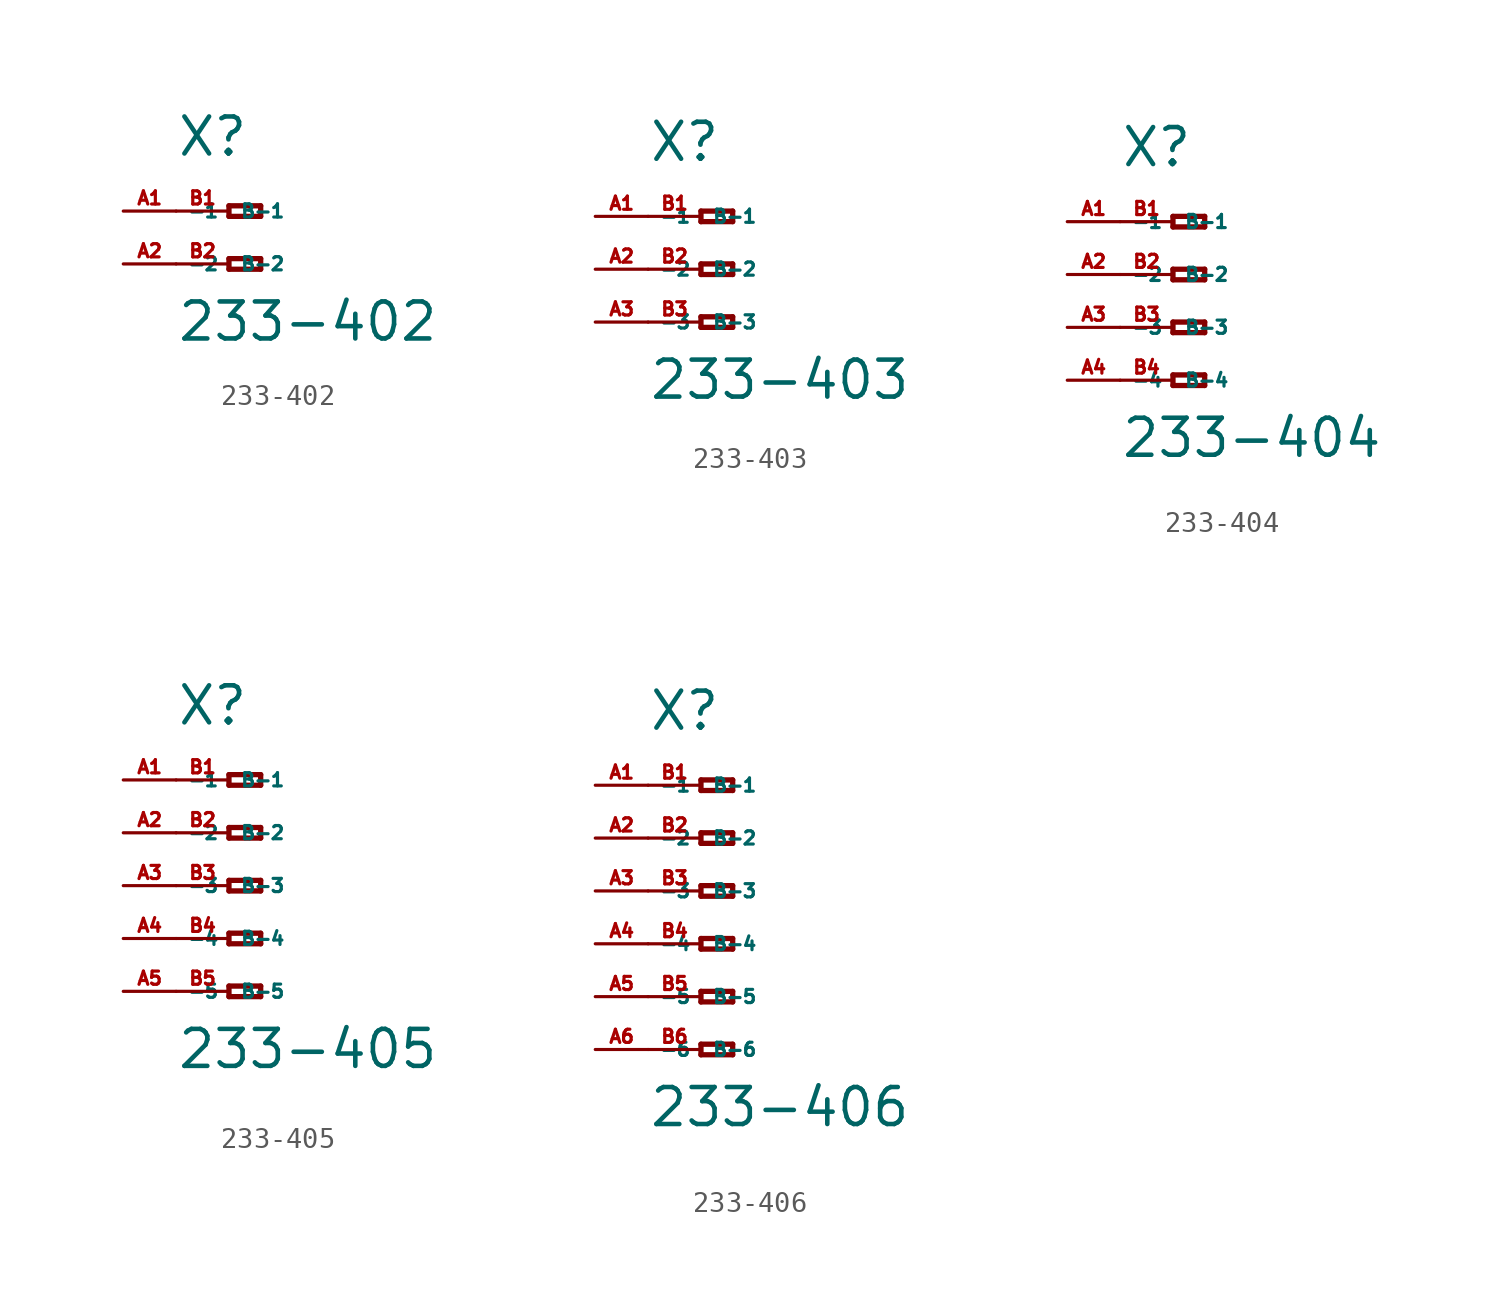
<source format=kicad_sym>
(kicad_symbol_lib
  (version 20220914)
  (generator Eagle2Kicad)
  (symbol "233-402"
    (property "Reference" "X"
      (at -5.08 2.54 0)
      (effects (font (size 1.778 1.778) (thickness 0.22)) (justify left bottom)))
    (property "Value" "233-402"
      (at -5.08 -6.35 0)
      (effects (font (size 1.778 1.778) (thickness 0.22)) (justify left bottom)))
    (polyline
      (pts (xy -2.54 0.254) (xy -2.54 -0.254))
      (stroke (width 0.254) (type default))
      (fill (type none)))
    (polyline
      (pts (xy -2.54 -0.254) (xy -1.016 -0.254))
      (stroke (width 0.254) (type default))
      (fill (type none)))
    (polyline
      (pts (xy -1.016 -0.254) (xy -1.016 0.254))
      (stroke (width 0.254) (type default))
      (fill (type none)))
    (polyline
      (pts (xy -1.016 0.254) (xy -2.54 0.254))
      (stroke (width 0.254) (type default))
      (fill (type none)))
    (polyline
      (pts (xy -2.54 -2.286) (xy -2.54 -2.794))
      (stroke (width 0.254) (type default))
      (fill (type none)))
    (polyline
      (pts (xy -2.54 -2.794) (xy -1.016 -2.794))
      (stroke (width 0.254) (type default))
      (fill (type none)))
    (polyline
      (pts (xy -1.016 -2.794) (xy -1.016 -2.286))
      (stroke (width 0.254) (type default))
      (fill (type none)))
    (polyline
      (pts (xy -1.016 -2.286) (xy -2.54 -2.286))
      (stroke (width 0.254) (type default))
      (fill (type none)))
    (pin passive line
      (at -7.62 0 0)
      (length 2.54)
      (name "-1" (effects (font (size 0.635 0.635) (thickness 0.08)) (justify left bottom)))
      (number "A1" (effects (font (size 0.635 0.635) (thickness 0.08)) (justify left bottom))))
    (pin passive line
      (at -7.62 -2.54 0)
      (length 2.54)
      (name "-2" (effects (font (size 0.635 0.635) (thickness 0.08)) (justify left bottom)))
      (number "A2" (effects (font (size 0.635 0.635) (thickness 0.08)) (justify left bottom))))
    (pin passive line
      (at -5.08 -2.54 0)
      (length 2.54)
      (name "B-2" (effects (font (size 0.635 0.635) (thickness 0.08)) (justify left bottom)))
      (number "B2" (effects (font (size 0.635 0.635) (thickness 0.08)) (justify left bottom))))
    (pin passive line
      (at -5.08 0 0)
      (length 2.54)
      (name "B-1" (effects (font (size 0.635 0.635) (thickness 0.08)) (justify left bottom)))
      (number "B1" (effects (font (size 0.635 0.635) (thickness 0.08)) (justify left bottom)))))
  (symbol "233-403"
    (property "Reference" "X"
      (at -5.08 5.08 0)
      (effects (font (size 1.778 1.778) (thickness 0.22)) (justify left bottom)))
    (property "Value" "233-403"
      (at -5.08 -6.35 0)
      (effects (font (size 1.778 1.778) (thickness 0.22)) (justify left bottom)))
    (polyline
      (pts (xy -2.54 2.794) (xy -2.54 2.286))
      (stroke (width 0.254) (type default))
      (fill (type none)))
    (polyline
      (pts (xy -2.54 2.286) (xy -1.016 2.286))
      (stroke (width 0.254) (type default))
      (fill (type none)))
    (polyline
      (pts (xy -1.016 2.286) (xy -1.016 2.794))
      (stroke (width 0.254) (type default))
      (fill (type none)))
    (polyline
      (pts (xy -1.016 2.794) (xy -2.54 2.794))
      (stroke (width 0.254) (type default))
      (fill (type none)))
    (polyline
      (pts (xy -2.54 0.254) (xy -2.54 -0.254))
      (stroke (width 0.254) (type default))
      (fill (type none)))
    (polyline
      (pts (xy -2.54 -0.254) (xy -1.016 -0.254))
      (stroke (width 0.254) (type default))
      (fill (type none)))
    (polyline
      (pts (xy -1.016 -0.254) (xy -1.016 0.254))
      (stroke (width 0.254) (type default))
      (fill (type none)))
    (polyline
      (pts (xy -1.016 0.254) (xy -2.54 0.254))
      (stroke (width 0.254) (type default))
      (fill (type none)))
    (polyline
      (pts (xy -2.54 -2.286) (xy -2.54 -2.794))
      (stroke (width 0.254) (type default))
      (fill (type none)))
    (polyline
      (pts (xy -2.54 -2.794) (xy -1.016 -2.794))
      (stroke (width 0.254) (type default))
      (fill (type none)))
    (polyline
      (pts (xy -1.016 -2.794) (xy -1.016 -2.286))
      (stroke (width 0.254) (type default))
      (fill (type none)))
    (polyline
      (pts (xy -1.016 -2.286) (xy -2.54 -2.286))
      (stroke (width 0.254) (type default))
      (fill (type none)))
    (pin passive line
      (at -7.62 2.54 0)
      (length 2.54)
      (name "-1" (effects (font (size 0.635 0.635) (thickness 0.08)) (justify left bottom)))
      (number "A1" (effects (font (size 0.635 0.635) (thickness 0.08)) (justify left bottom))))
    (pin passive line
      (at -7.62 0 0)
      (length 2.54)
      (name "-2" (effects (font (size 0.635 0.635) (thickness 0.08)) (justify left bottom)))
      (number "A2" (effects (font (size 0.635 0.635) (thickness 0.08)) (justify left bottom))))
    (pin passive line
      (at -7.62 -2.54 0)
      (length 2.54)
      (name "-3" (effects (font (size 0.635 0.635) (thickness 0.08)) (justify left bottom)))
      (number "A3" (effects (font (size 0.635 0.635) (thickness 0.08)) (justify left bottom))))
    (pin passive line
      (at -5.08 -2.54 0)
      (length 2.54)
      (name "B-3" (effects (font (size 0.635 0.635) (thickness 0.08)) (justify left bottom)))
      (number "B3" (effects (font (size 0.635 0.635) (thickness 0.08)) (justify left bottom))))
    (pin passive line
      (at -5.08 2.54 0)
      (length 2.54)
      (name "B-1" (effects (font (size 0.635 0.635) (thickness 0.08)) (justify left bottom)))
      (number "B1" (effects (font (size 0.635 0.635) (thickness 0.08)) (justify left bottom))))
    (pin passive line
      (at -5.08 0 0)
      (length 2.54)
      (name "B-2" (effects (font (size 0.635 0.635) (thickness 0.08)) (justify left bottom)))
      (number "B2" (effects (font (size 0.635 0.635) (thickness 0.08)) (justify left bottom)))))
  (symbol "233-404"
    (property "Reference" "X"
      (at -5.08 5.08 0)
      (effects (font (size 1.778 1.778) (thickness 0.22)) (justify left bottom)))
    (property "Value" "233-404"
      (at -5.08 -8.89 0)
      (effects (font (size 1.778 1.778) (thickness 0.22)) (justify left bottom)))
    (polyline
      (pts (xy -2.54 2.794) (xy -2.54 2.286))
      (stroke (width 0.254) (type default))
      (fill (type none)))
    (polyline
      (pts (xy -2.54 2.286) (xy -1.016 2.286))
      (stroke (width 0.254) (type default))
      (fill (type none)))
    (polyline
      (pts (xy -1.016 2.286) (xy -1.016 2.794))
      (stroke (width 0.254) (type default))
      (fill (type none)))
    (polyline
      (pts (xy -1.016 2.794) (xy -2.54 2.794))
      (stroke (width 0.254) (type default))
      (fill (type none)))
    (polyline
      (pts (xy -2.54 0.254) (xy -2.54 -0.254))
      (stroke (width 0.254) (type default))
      (fill (type none)))
    (polyline
      (pts (xy -2.54 -0.254) (xy -1.016 -0.254))
      (stroke (width 0.254) (type default))
      (fill (type none)))
    (polyline
      (pts (xy -1.016 -0.254) (xy -1.016 0.254))
      (stroke (width 0.254) (type default))
      (fill (type none)))
    (polyline
      (pts (xy -1.016 0.254) (xy -2.54 0.254))
      (stroke (width 0.254) (type default))
      (fill (type none)))
    (polyline
      (pts (xy -2.54 -2.286) (xy -2.54 -2.794))
      (stroke (width 0.254) (type default))
      (fill (type none)))
    (polyline
      (pts (xy -2.54 -2.794) (xy -1.016 -2.794))
      (stroke (width 0.254) (type default))
      (fill (type none)))
    (polyline
      (pts (xy -1.016 -2.794) (xy -1.016 -2.286))
      (stroke (width 0.254) (type default))
      (fill (type none)))
    (polyline
      (pts (xy -1.016 -2.286) (xy -2.54 -2.286))
      (stroke (width 0.254) (type default))
      (fill (type none)))
    (polyline
      (pts (xy -2.54 -4.826) (xy -2.54 -5.334))
      (stroke (width 0.254) (type default))
      (fill (type none)))
    (polyline
      (pts (xy -2.54 -5.334) (xy -1.016 -5.334))
      (stroke (width 0.254) (type default))
      (fill (type none)))
    (polyline
      (pts (xy -1.016 -5.334) (xy -1.016 -4.826))
      (stroke (width 0.254) (type default))
      (fill (type none)))
    (polyline
      (pts (xy -1.016 -4.826) (xy -2.54 -4.826))
      (stroke (width 0.254) (type default))
      (fill (type none)))
    (pin passive line
      (at -7.62 2.54 0)
      (length 2.54)
      (name "-1" (effects (font (size 0.635 0.635) (thickness 0.08)) (justify left bottom)))
      (number "A1" (effects (font (size 0.635 0.635) (thickness 0.08)) (justify left bottom))))
    (pin passive line
      (at -7.62 0 0)
      (length 2.54)
      (name "-2" (effects (font (size 0.635 0.635) (thickness 0.08)) (justify left bottom)))
      (number "A2" (effects (font (size 0.635 0.635) (thickness 0.08)) (justify left bottom))))
    (pin passive line
      (at -7.62 -2.54 0)
      (length 2.54)
      (name "-3" (effects (font (size 0.635 0.635) (thickness 0.08)) (justify left bottom)))
      (number "A3" (effects (font (size 0.635 0.635) (thickness 0.08)) (justify left bottom))))
    (pin passive line
      (at -7.62 -5.08 0)
      (length 2.54)
      (name "-4" (effects (font (size 0.635 0.635) (thickness 0.08)) (justify left bottom)))
      (number "A4" (effects (font (size 0.635 0.635) (thickness 0.08)) (justify left bottom))))
    (pin passive line
      (at -5.08 -5.08 0)
      (length 2.54)
      (name "B-4" (effects (font (size 0.635 0.635) (thickness 0.08)) (justify left bottom)))
      (number "B4" (effects (font (size 0.635 0.635) (thickness 0.08)) (justify left bottom))))
    (pin passive line
      (at -5.08 2.54 0)
      (length 2.54)
      (name "B-1" (effects (font (size 0.635 0.635) (thickness 0.08)) (justify left bottom)))
      (number "B1" (effects (font (size 0.635 0.635) (thickness 0.08)) (justify left bottom))))
    (pin passive line
      (at -5.08 0 0)
      (length 2.54)
      (name "B-2" (effects (font (size 0.635 0.635) (thickness 0.08)) (justify left bottom)))
      (number "B2" (effects (font (size 0.635 0.635) (thickness 0.08)) (justify left bottom))))
    (pin passive line
      (at -5.08 -2.54 0)
      (length 2.54)
      (name "B-3" (effects (font (size 0.635 0.635) (thickness 0.08)) (justify left bottom)))
      (number "B3" (effects (font (size 0.635 0.635) (thickness 0.08)) (justify left bottom)))))
  (symbol "233-405"
    (property "Reference" "X"
      (at -5.08 7.62 0)
      (effects (font (size 1.778 1.778) (thickness 0.22)) (justify left bottom)))
    (property "Value" "233-405"
      (at -5.08 -8.89 0)
      (effects (font (size 1.778 1.778) (thickness 0.22)) (justify left bottom)))
    (polyline
      (pts (xy -2.54 5.334) (xy -2.54 4.826))
      (stroke (width 0.254) (type default))
      (fill (type none)))
    (polyline
      (pts (xy -2.54 4.826) (xy -1.016 4.826))
      (stroke (width 0.254) (type default))
      (fill (type none)))
    (polyline
      (pts (xy -1.016 4.826) (xy -1.016 5.334))
      (stroke (width 0.254) (type default))
      (fill (type none)))
    (polyline
      (pts (xy -1.016 5.334) (xy -2.54 5.334))
      (stroke (width 0.254) (type default))
      (fill (type none)))
    (polyline
      (pts (xy -2.54 2.794) (xy -2.54 2.286))
      (stroke (width 0.254) (type default))
      (fill (type none)))
    (polyline
      (pts (xy -2.54 2.286) (xy -1.016 2.286))
      (stroke (width 0.254) (type default))
      (fill (type none)))
    (polyline
      (pts (xy -1.016 2.286) (xy -1.016 2.794))
      (stroke (width 0.254) (type default))
      (fill (type none)))
    (polyline
      (pts (xy -1.016 2.794) (xy -2.54 2.794))
      (stroke (width 0.254) (type default))
      (fill (type none)))
    (polyline
      (pts (xy -2.54 0.254) (xy -2.54 -0.254))
      (stroke (width 0.254) (type default))
      (fill (type none)))
    (polyline
      (pts (xy -2.54 -0.254) (xy -1.016 -0.254))
      (stroke (width 0.254) (type default))
      (fill (type none)))
    (polyline
      (pts (xy -1.016 -0.254) (xy -1.016 0.254))
      (stroke (width 0.254) (type default))
      (fill (type none)))
    (polyline
      (pts (xy -1.016 0.254) (xy -2.54 0.254))
      (stroke (width 0.254) (type default))
      (fill (type none)))
    (polyline
      (pts (xy -2.54 -2.286) (xy -2.54 -2.794))
      (stroke (width 0.254) (type default))
      (fill (type none)))
    (polyline
      (pts (xy -2.54 -2.794) (xy -1.016 -2.794))
      (stroke (width 0.254) (type default))
      (fill (type none)))
    (polyline
      (pts (xy -1.016 -2.794) (xy -1.016 -2.286))
      (stroke (width 0.254) (type default))
      (fill (type none)))
    (polyline
      (pts (xy -1.016 -2.286) (xy -2.54 -2.286))
      (stroke (width 0.254) (type default))
      (fill (type none)))
    (polyline
      (pts (xy -2.54 -4.826) (xy -2.54 -5.334))
      (stroke (width 0.254) (type default))
      (fill (type none)))
    (polyline
      (pts (xy -2.54 -5.334) (xy -1.016 -5.334))
      (stroke (width 0.254) (type default))
      (fill (type none)))
    (polyline
      (pts (xy -1.016 -5.334) (xy -1.016 -4.826))
      (stroke (width 0.254) (type default))
      (fill (type none)))
    (polyline
      (pts (xy -1.016 -4.826) (xy -2.54 -4.826))
      (stroke (width 0.254) (type default))
      (fill (type none)))
    (pin passive line
      (at -7.62 5.08 0)
      (length 2.54)
      (name "-1" (effects (font (size 0.635 0.635) (thickness 0.08)) (justify left bottom)))
      (number "A1" (effects (font (size 0.635 0.635) (thickness 0.08)) (justify left bottom))))
    (pin passive line
      (at -7.62 2.54 0)
      (length 2.54)
      (name "-2" (effects (font (size 0.635 0.635) (thickness 0.08)) (justify left bottom)))
      (number "A2" (effects (font (size 0.635 0.635) (thickness 0.08)) (justify left bottom))))
    (pin passive line
      (at -7.62 0 0)
      (length 2.54)
      (name "-3" (effects (font (size 0.635 0.635) (thickness 0.08)) (justify left bottom)))
      (number "A3" (effects (font (size 0.635 0.635) (thickness 0.08)) (justify left bottom))))
    (pin passive line
      (at -7.62 -2.54 0)
      (length 2.54)
      (name "-4" (effects (font (size 0.635 0.635) (thickness 0.08)) (justify left bottom)))
      (number "A4" (effects (font (size 0.635 0.635) (thickness 0.08)) (justify left bottom))))
    (pin passive line
      (at -7.62 -5.08 0)
      (length 2.54)
      (name "-5" (effects (font (size 0.635 0.635) (thickness 0.08)) (justify left bottom)))
      (number "A5" (effects (font (size 0.635 0.635) (thickness 0.08)) (justify left bottom))))
    (pin passive line
      (at -5.08 -5.08 0)
      (length 2.54)
      (name "B-5" (effects (font (size 0.635 0.635) (thickness 0.08)) (justify left bottom)))
      (number "B5" (effects (font (size 0.635 0.635) (thickness 0.08)) (justify left bottom))))
    (pin passive line
      (at -5.08 5.08 0)
      (length 2.54)
      (name "B-1" (effects (font (size 0.635 0.635) (thickness 0.08)) (justify left bottom)))
      (number "B1" (effects (font (size 0.635 0.635) (thickness 0.08)) (justify left bottom))))
    (pin passive line
      (at -5.08 2.54 0)
      (length 2.54)
      (name "B-2" (effects (font (size 0.635 0.635) (thickness 0.08)) (justify left bottom)))
      (number "B2" (effects (font (size 0.635 0.635) (thickness 0.08)) (justify left bottom))))
    (pin passive line
      (at -5.08 0 0)
      (length 2.54)
      (name "B-3" (effects (font (size 0.635 0.635) (thickness 0.08)) (justify left bottom)))
      (number "B3" (effects (font (size 0.635 0.635) (thickness 0.08)) (justify left bottom))))
    (pin passive line
      (at -5.08 -2.54 0)
      (length 2.54)
      (name "B-4" (effects (font (size 0.635 0.635) (thickness 0.08)) (justify left bottom)))
      (number "B4" (effects (font (size 0.635 0.635) (thickness 0.08)) (justify left bottom)))))
  (symbol "233-406"
    (property "Reference" "X"
      (at -5.08 7.62 0)
      (effects (font (size 1.778 1.778) (thickness 0.22)) (justify left bottom)))
    (property "Value" "233-406"
      (at -5.08 -11.43 0)
      (effects (font (size 1.778 1.778) (thickness 0.22)) (justify left bottom)))
    (polyline
      (pts (xy -2.54 5.334) (xy -2.54 4.826))
      (stroke (width 0.254) (type default))
      (fill (type none)))
    (polyline
      (pts (xy -2.54 4.826) (xy -1.016 4.826))
      (stroke (width 0.254) (type default))
      (fill (type none)))
    (polyline
      (pts (xy -1.016 4.826) (xy -1.016 5.334))
      (stroke (width 0.254) (type default))
      (fill (type none)))
    (polyline
      (pts (xy -1.016 5.334) (xy -2.54 5.334))
      (stroke (width 0.254) (type default))
      (fill (type none)))
    (polyline
      (pts (xy -2.54 2.794) (xy -2.54 2.286))
      (stroke (width 0.254) (type default))
      (fill (type none)))
    (polyline
      (pts (xy -2.54 2.286) (xy -1.016 2.286))
      (stroke (width 0.254) (type default))
      (fill (type none)))
    (polyline
      (pts (xy -1.016 2.286) (xy -1.016 2.794))
      (stroke (width 0.254) (type default))
      (fill (type none)))
    (polyline
      (pts (xy -1.016 2.794) (xy -2.54 2.794))
      (stroke (width 0.254) (type default))
      (fill (type none)))
    (polyline
      (pts (xy -2.54 0.254) (xy -2.54 -0.254))
      (stroke (width 0.254) (type default))
      (fill (type none)))
    (polyline
      (pts (xy -2.54 -0.254) (xy -1.016 -0.254))
      (stroke (width 0.254) (type default))
      (fill (type none)))
    (polyline
      (pts (xy -1.016 -0.254) (xy -1.016 0.254))
      (stroke (width 0.254) (type default))
      (fill (type none)))
    (polyline
      (pts (xy -1.016 0.254) (xy -2.54 0.254))
      (stroke (width 0.254) (type default))
      (fill (type none)))
    (polyline
      (pts (xy -2.54 -2.286) (xy -2.54 -2.794))
      (stroke (width 0.254) (type default))
      (fill (type none)))
    (polyline
      (pts (xy -2.54 -2.794) (xy -1.016 -2.794))
      (stroke (width 0.254) (type default))
      (fill (type none)))
    (polyline
      (pts (xy -1.016 -2.794) (xy -1.016 -2.286))
      (stroke (width 0.254) (type default))
      (fill (type none)))
    (polyline
      (pts (xy -1.016 -2.286) (xy -2.54 -2.286))
      (stroke (width 0.254) (type default))
      (fill (type none)))
    (polyline
      (pts (xy -2.54 -4.826) (xy -2.54 -5.334))
      (stroke (width 0.254) (type default))
      (fill (type none)))
    (polyline
      (pts (xy -2.54 -5.334) (xy -1.016 -5.334))
      (stroke (width 0.254) (type default))
      (fill (type none)))
    (polyline
      (pts (xy -1.016 -5.334) (xy -1.016 -4.826))
      (stroke (width 0.254) (type default))
      (fill (type none)))
    (polyline
      (pts (xy -1.016 -4.826) (xy -2.54 -4.826))
      (stroke (width 0.254) (type default))
      (fill (type none)))
    (polyline
      (pts (xy -2.54 -7.366) (xy -2.54 -7.874))
      (stroke (width 0.254) (type default))
      (fill (type none)))
    (polyline
      (pts (xy -2.54 -7.874) (xy -1.016 -7.874))
      (stroke (width 0.254) (type default))
      (fill (type none)))
    (polyline
      (pts (xy -1.016 -7.874) (xy -1.016 -7.366))
      (stroke (width 0.254) (type default))
      (fill (type none)))
    (polyline
      (pts (xy -1.016 -7.366) (xy -2.54 -7.366))
      (stroke (width 0.254) (type default))
      (fill (type none)))
    (pin passive line
      (at -7.62 5.08 0)
      (length 2.54)
      (name "-1" (effects (font (size 0.635 0.635) (thickness 0.08)) (justify left bottom)))
      (number "A1" (effects (font (size 0.635 0.635) (thickness 0.08)) (justify left bottom))))
    (pin passive line
      (at -7.62 2.54 0)
      (length 2.54)
      (name "-2" (effects (font (size 0.635 0.635) (thickness 0.08)) (justify left bottom)))
      (number "A2" (effects (font (size 0.635 0.635) (thickness 0.08)) (justify left bottom))))
    (pin passive line
      (at -7.62 0 0)
      (length 2.54)
      (name "-3" (effects (font (size 0.635 0.635) (thickness 0.08)) (justify left bottom)))
      (number "A3" (effects (font (size 0.635 0.635) (thickness 0.08)) (justify left bottom))))
    (pin passive line
      (at -7.62 -2.54 0)
      (length 2.54)
      (name "-4" (effects (font (size 0.635 0.635) (thickness 0.08)) (justify left bottom)))
      (number "A4" (effects (font (size 0.635 0.635) (thickness 0.08)) (justify left bottom))))
    (pin passive line
      (at -7.62 -5.08 0)
      (length 2.54)
      (name "-5" (effects (font (size 0.635 0.635) (thickness 0.08)) (justify left bottom)))
      (number "A5" (effects (font (size 0.635 0.635) (thickness 0.08)) (justify left bottom))))
    (pin passive line
      (at -7.62 -7.62 0)
      (length 2.54)
      (name "-6" (effects (font (size 0.635 0.635) (thickness 0.08)) (justify left bottom)))
      (number "A6" (effects (font (size 0.635 0.635) (thickness 0.08)) (justify left bottom))))
    (pin passive line
      (at -5.08 -7.62 0)
      (length 2.54)
      (name "B-6" (effects (font (size 0.635 0.635) (thickness 0.08)) (justify left bottom)))
      (number "B6" (effects (font (size 0.635 0.635) (thickness 0.08)) (justify left bottom))))
    (pin passive line
      (at -5.08 5.08 0)
      (length 2.54)
      (name "B-1" (effects (font (size 0.635 0.635) (thickness 0.08)) (justify left bottom)))
      (number "B1" (effects (font (size 0.635 0.635) (thickness 0.08)) (justify left bottom))))
    (pin passive line
      (at -5.08 2.54 0)
      (length 2.54)
      (name "B-2" (effects (font (size 0.635 0.635) (thickness 0.08)) (justify left bottom)))
      (number "B2" (effects (font (size 0.635 0.635) (thickness 0.08)) (justify left bottom))))
    (pin passive line
      (at -5.08 0 0)
      (length 2.54)
      (name "B-3" (effects (font (size 0.635 0.635) (thickness 0.08)) (justify left bottom)))
      (number "B3" (effects (font (size 0.635 0.635) (thickness 0.08)) (justify left bottom))))
    (pin passive line
      (at -5.08 -2.54 0)
      (length 2.54)
      (name "B-4" (effects (font (size 0.635 0.635) (thickness 0.08)) (justify left bottom)))
      (number "B4" (effects (font (size 0.635 0.635) (thickness 0.08)) (justify left bottom))))
    (pin passive line
      (at -5.08 -5.08 0)
      (length 2.54)
      (name "B-5" (effects (font (size 0.635 0.635) (thickness 0.08)) (justify left bottom)))
      (number "B5" (effects (font (size 0.635 0.635) (thickness 0.08)) (justify left bottom))))))
</source>
